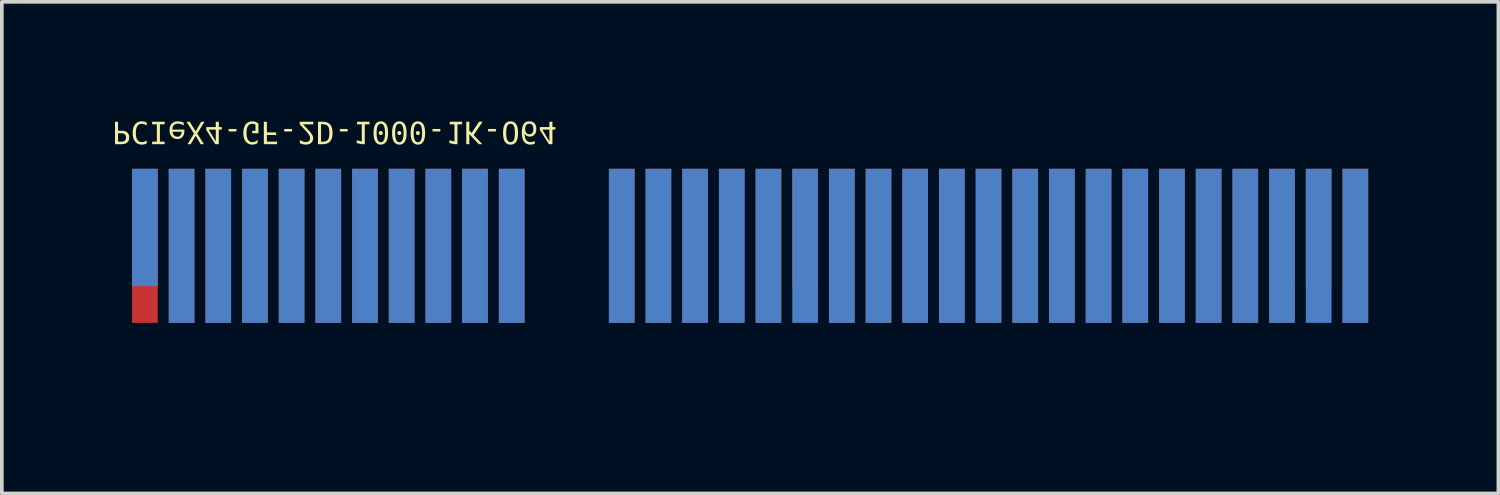
<source format=kicad_pcb>
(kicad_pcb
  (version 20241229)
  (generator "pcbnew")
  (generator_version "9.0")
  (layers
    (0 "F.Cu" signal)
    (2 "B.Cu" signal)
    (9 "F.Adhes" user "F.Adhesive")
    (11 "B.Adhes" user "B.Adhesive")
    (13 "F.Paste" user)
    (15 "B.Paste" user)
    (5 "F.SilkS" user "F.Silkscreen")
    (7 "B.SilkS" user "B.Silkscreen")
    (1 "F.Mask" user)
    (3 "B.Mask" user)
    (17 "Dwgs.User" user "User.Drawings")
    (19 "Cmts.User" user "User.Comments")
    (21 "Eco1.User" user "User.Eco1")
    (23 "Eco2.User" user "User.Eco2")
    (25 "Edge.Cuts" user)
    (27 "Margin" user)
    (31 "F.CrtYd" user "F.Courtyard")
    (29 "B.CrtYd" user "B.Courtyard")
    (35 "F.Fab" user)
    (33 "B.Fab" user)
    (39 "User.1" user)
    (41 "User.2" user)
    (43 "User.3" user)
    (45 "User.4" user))
  (footprint "PCIeX4-GF-2D-1000-1K-O64"
    (layer "F.Cu")
    (at 10.4 3.652)
    (property "Reference" "PCIeX4-GF-2D-1000-1K-O64" (at -10.395 -3.485 180) (unlocked yes) (layer "F.SilkS") (effects (font (face "Consolas") (size 0.6 0.6) (thickness 0.15)) (justify left bottom mirror)))
    (attr exclude_from_pos_files exclude_from_bom allow_soldermask_bridges)
    (fp_rect (start -10.4 3.75) (end 24.4 -2.225) (stroke (width 0) (type default)) (fill yes) (layer "F.Mask"))
    (fp_rect (start -10.4 3.75) (end 24.4 -2.225) (stroke (width 0) (type default)) (fill yes) (layer "B.Mask"))
    (pad "A1" smd rect (at -9.5 -0.5) (size 0.7 3.2) (layers "B.Cu" "B.Mask"))
    (pad "A2" smd rect (at -8.5 0) (size 0.7 4.2) (layers "B.Cu" "B.Mask"))
    (pad "A3" smd rect (at -7.5 0) (size 0.7 4.2) (layers "B.Cu" "B.Mask"))
    (pad "A4" smd rect (at -6.5 0) (size 0.7 4.2) (layers "B.Cu" "B.Mask"))
    (pad "A5" smd rect (at -5.5 0) (size 0.7 4.2) (layers "B.Cu" "B.Mask"))
    (pad "A6" smd rect (at -4.5 0) (size 0.7 4.2) (layers "B.Cu" "B.Mask"))
    (pad "A7" smd rect (at -3.5 0) (size 0.7 4.2) (layers "B.Cu" "B.Mask"))
    (pad "A8" smd rect (at -2.5 0) (size 0.7 4.2) (layers "B.Cu" "B.Mask"))
    (pad "A9" smd rect (at -1.5 0) (size 0.7 4.2) (layers "B.Cu" "B.Mask"))
    (pad "A10" smd rect (at -0.5 0) (size 0.7 4.2) (layers "B.Cu" "B.Mask"))
    (pad "A11" smd rect (at 0.5 0) (size 0.7 4.2) (layers "B.Cu" "B.Mask"))
    (pad "A12" smd rect (at 3.5 0) (size 0.7 4.2) (layers "B.Cu" "B.Mask"))
    (pad "A13" smd rect (at 4.5 0) (size 0.7 4.2) (layers "B.Cu" "B.Mask"))
    (pad "A14" smd rect (at 5.5 0) (size 0.7 4.2) (layers "B.Cu" "B.Mask"))
    (pad "A15" smd rect (at 6.5 0) (size 0.7 4.2) (layers "B.Cu" "B.Mask"))
    (pad "A16" smd rect (at 7.5 0) (size 0.7 4.2) (layers "B.Cu" "B.Mask"))
    (pad "A17" smd rect (at 8.5 0) (size 0.7 4.2) (layers "B.Cu" "B.Mask"))
    (pad "A18" smd rect (at 9.5 0) (size 0.7 4.2) (layers "B.Cu" "B.Mask"))
    (pad "A19" smd rect (at 10.5 0) (size 0.7 4.2) (layers "B.Cu" "B.Mask"))
    (pad "A20" smd rect (at 11.5 0) (size 0.7 4.2) (layers "B.Cu" "B.Mask"))
    (pad "A21" smd rect (at 12.5 0) (size 0.7 4.2) (layers "B.Cu" "B.Mask"))
    (pad "A22" smd rect (at 13.5 0) (size 0.7 4.2) (layers "B.Cu" "B.Mask"))
    (pad "A23" smd rect (at 14.5 0) (size 0.7 4.2) (layers "B.Cu" "B.Mask"))
    (pad "A24" smd rect (at 15.5 0) (size 0.7 4.2) (layers "B.Cu" "B.Mask"))
    (pad "A25" smd rect (at 16.5 0) (size 0.7 4.2) (layers "B.Cu" "B.Mask"))
    (pad "A26" smd rect (at 17.5 0) (size 0.7 4.2) (layers "B.Cu" "B.Mask"))
    (pad "A27" smd rect (at 18.5 0) (size 0.7 4.2) (layers "B.Cu" "B.Mask"))
    (pad "A28" smd rect (at 19.5 0) (size 0.7 4.2) (layers "B.Cu" "B.Mask"))
    (pad "A29" smd rect (at 20.5 0) (size 0.7 4.2) (layers "B.Cu" "B.Mask"))
    (pad "A30" smd rect (at 21.5 0) (size 0.7 4.2) (layers "B.Cu" "B.Mask"))
    (pad "A31" smd rect (at 22.5 0) (size 0.7 4.2) (layers "B.Cu" "B.Mask"))
    (pad "A32" smd rect (at 23.5 0) (size 0.7 4.2) (layers "B.Cu" "B.Mask"))
    (pad "B1" smd rect (at -9.5 0) (size 0.7 4.2) (layers "F.Cu" "F.Mask"))
    (pad "B2" smd rect (at -8.5 0) (size 0.7 4.2) (layers "F.Cu" "F.Mask"))
    (pad "B3" smd rect (at -7.5 0) (size 0.7 4.2) (layers "F.Cu" "F.Mask"))
    (pad "B4" smd rect (at -6.5 0) (size 0.7 4.2) (layers "F.Cu" "F.Mask"))
    (pad "B5" smd rect (at -5.5 0) (size 0.7 4.2) (layers "F.Cu" "F.Mask"))
    (pad "B6" smd rect (at -4.5 0) (size 0.7 4.2) (layers "F.Cu" "F.Mask"))
    (pad "B7" smd rect (at -3.5 0) (size 0.7 4.2) (layers "F.Cu" "F.Mask"))
    (pad "B8" smd rect (at -2.5 0) (size 0.7 4.2) (layers "F.Cu" "F.Mask"))
    (pad "B9" smd rect (at -1.5 0) (size 0.7 4.2) (layers "F.Cu" "F.Mask"))
    (pad "B10" smd rect (at -0.5 0) (size 0.7 4.2) (layers "F.Cu" "F.Mask"))
    (pad "B11" smd rect (at 0.5 0) (size 0.7 4.2) (layers "F.Cu" "F.Mask"))
    (pad "B12" smd rect (at 3.5 0) (size 0.7 4.2) (layers "F.Cu" "F.Mask"))
    (pad "B13" smd rect (at 4.5 0) (size 0.7 4.2) (layers "F.Cu" "F.Mask"))
    (pad "B14" smd rect (at 5.5 0) (size 0.7 4.2) (layers "F.Cu" "F.Mask"))
    (pad "B15" smd rect (at 6.5 0) (size 0.7 4.2) (layers "F.Cu" "F.Mask"))
    (pad "B16" smd rect (at 7.5 0) (size 0.7 4.2) (layers "F.Cu" "F.Mask"))
    (pad "B17" smd rect (at 8.5 -0.5) (size 0.7 3.2) (layers "F.Cu" "F.Mask"))
    (pad "B18" smd rect (at 9.5 0) (size 0.7 4.2) (layers "F.Cu" "F.Mask"))
    (pad "B19" smd rect (at 10.5 0) (size 0.7 4.2) (layers "F.Cu" "F.Mask"))
    (pad "B20" smd rect (at 11.5 0) (size 0.7 4.2) (layers "F.Cu" "F.Mask"))
    (pad "B21" smd rect (at 12.5 0) (size 0.7 4.2) (layers "F.Cu" "F.Mask"))
    (pad "B22" smd rect (at 13.5 0) (size 0.7 4.2) (layers "F.Cu" "F.Mask"))
    (pad "B23" smd rect (at 14.5 0) (size 0.7 4.2) (layers "F.Cu" "F.Mask"))
    (pad "B24" smd rect (at 15.5 0) (size 0.7 4.2) (layers "F.Cu" "F.Mask"))
    (pad "B25" smd rect (at 16.5 0) (size 0.7 4.2) (layers "F.Cu" "F.Mask"))
    (pad "B26" smd rect (at 17.5 0) (size 0.7 4.2) (layers "F.Cu" "F.Mask"))
    (pad "B27" smd rect (at 18.5 0) (size 0.7 4.2) (layers "F.Cu" "F.Mask"))
    (pad "B28" smd rect (at 19.5 0) (size 0.7 4.2) (layers "F.Cu" "F.Mask"))
    (pad "B29" smd rect (at 20.5 0) (size 0.7 4.2) (layers "F.Cu" "F.Mask"))
    (pad "B30" smd rect (at 21.5 0) (size 0.7 4.2) (layers "F.Cu" "F.Mask"))
    (pad "B31" smd rect (at 22.5 -0.5) (size 0.7 3.2) (layers "F.Cu" "F.Mask"))
    (pad "B32" smd rect (at 23.5 0) (size 0.7 4.2) (layers "F.Cu" "F.Mask")))
  (gr_rect
    (start -3 -3)
    (end 37.8 10.402)
    (stroke (width 0.1) (type default))
    (fill no)
    (layer "Edge.Cuts")))
</source>
